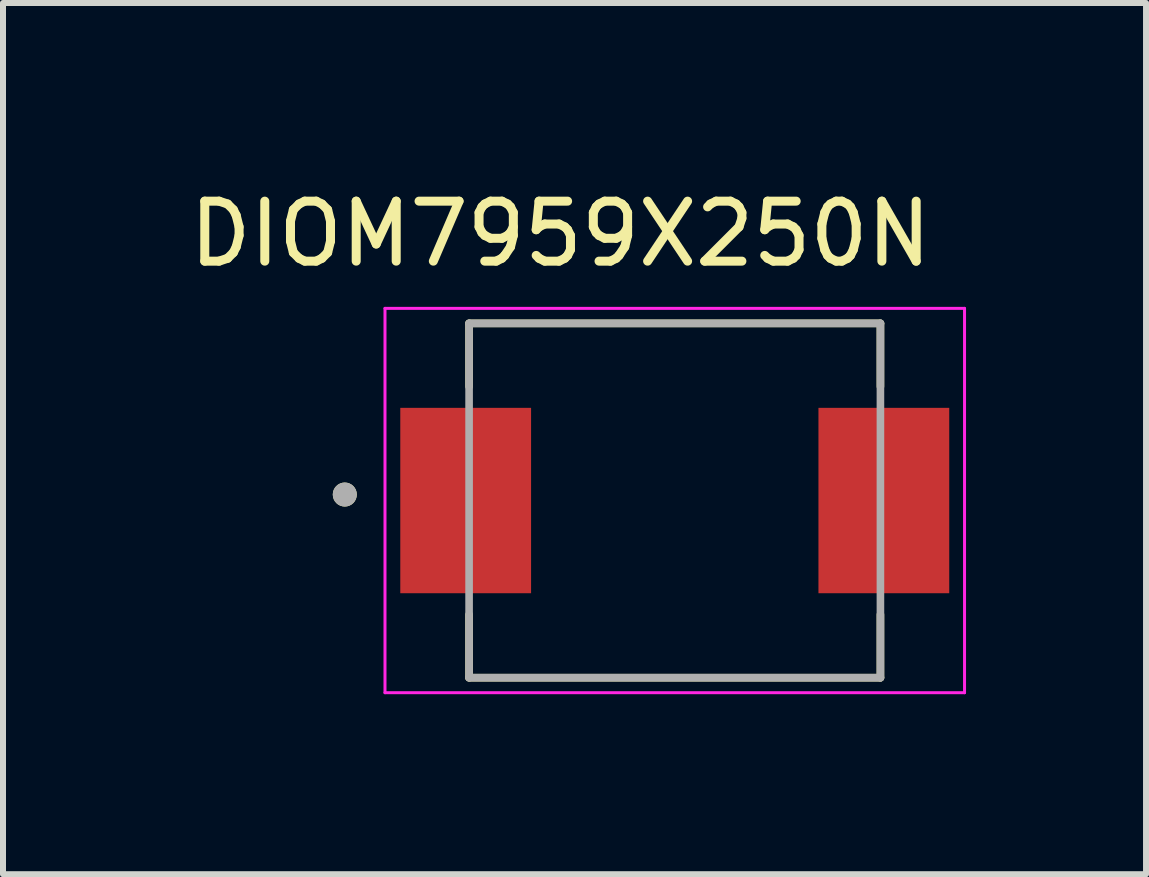
<source format=kicad_pcb>
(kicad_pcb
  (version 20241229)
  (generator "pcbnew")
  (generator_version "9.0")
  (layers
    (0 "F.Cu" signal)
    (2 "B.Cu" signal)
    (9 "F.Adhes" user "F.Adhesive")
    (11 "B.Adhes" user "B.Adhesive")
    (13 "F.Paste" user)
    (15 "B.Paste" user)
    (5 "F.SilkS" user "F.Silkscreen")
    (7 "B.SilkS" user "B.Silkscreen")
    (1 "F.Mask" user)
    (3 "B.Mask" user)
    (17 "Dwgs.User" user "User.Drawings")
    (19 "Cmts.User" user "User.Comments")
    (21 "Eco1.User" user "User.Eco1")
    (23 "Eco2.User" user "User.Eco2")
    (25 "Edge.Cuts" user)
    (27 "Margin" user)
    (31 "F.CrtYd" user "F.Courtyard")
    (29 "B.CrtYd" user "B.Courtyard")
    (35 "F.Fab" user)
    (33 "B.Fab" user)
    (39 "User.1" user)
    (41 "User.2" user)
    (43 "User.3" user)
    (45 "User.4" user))
  (footprint "DIOM7959X250N"
    (layer "F.Cu")
    (at 8.197 5.293)
    (property "Reference" "DIOM7959X250N" (at -1.905 -4.445 0) (layer "F.SilkS") (effects (font (size 1 1) (thickness 0.15))))
    (attr smd)
    (fp_line (start -3.428 -2.953) (end 3.428 -2.953) (stroke (width 0.127) (type solid)) (layer "F.SilkS"))
    (fp_line (start -3.428 -1.9) (end -3.428 -2.953) (stroke (width 0.127) (type solid)) (layer "F.SilkS"))
    (fp_line (start -3.428 1.9) (end -3.428 2.953) (stroke (width 0.127) (type solid)) (layer "F.SilkS"))
    (fp_line (start -3.428 2.953) (end 3.428 2.953) (stroke (width 0.127) (type solid)) (layer "F.SilkS"))
    (fp_line (start 3.428 -2.953) (end 3.428 -1.9) (stroke (width 0.127) (type solid)) (layer "F.SilkS"))
    (fp_line (start 3.428 2.953) (end 3.428 1.9) (stroke (width 0.127) (type solid)) (layer "F.SilkS"))
    (fp_circle (center -5.5 -0.1) (end -5.4 -0.1) (stroke (width 0.2) (type solid)) (fill no) (layer "F.SilkS"))
    (fp_line (start -4.83 -3.203) (end 4.83 -3.203) (stroke (width 0.05) (type solid)) (layer "F.CrtYd"))
    (fp_line (start -4.83 3.203) (end -4.83 -3.203) (stroke (width 0.05) (type solid)) (layer "F.CrtYd"))
    (fp_line (start 4.83 -3.203) (end 4.83 3.203) (stroke (width 0.05) (type solid)) (layer "F.CrtYd"))
    (fp_line (start 4.83 3.203) (end -4.83 3.203) (stroke (width 0.05) (type solid)) (layer "F.CrtYd"))
    (fp_line (start -3.428 -2.953) (end 3.428 -2.953) (stroke (width 0.127) (type solid)) (layer "F.Fab"))
    (fp_line (start -3.428 2.953) (end -3.428 -2.953) (stroke (width 0.127) (type solid)) (layer "F.Fab"))
    (fp_line (start 3.428 -2.953) (end 3.428 2.953) (stroke (width 0.127) (type solid)) (layer "F.Fab"))
    (fp_line (start 3.428 2.953) (end -3.428 2.953) (stroke (width 0.127) (type solid)) (layer "F.Fab"))
    (fp_circle (center -5.5 -0.1) (end -5.4 -0.1) (stroke (width 0.2) (type solid)) (fill no) (layer "F.Fab"))
    (pad "A" smd rect (at 3.485 0) (size 2.18 3.09) (layers "F.Cu" "F.Mask" "F.Paste"))
    (pad "C" smd rect (at -3.485 0) (size 2.18 3.09) (layers "F.Cu" "F.Mask" "F.Paste")))
  (gr_rect
    (start -3 -3)
    (end 16.052 11.521)
    (stroke (width 0.1) (type default))
    (fill no)
    (layer "Edge.Cuts")))
</source>
